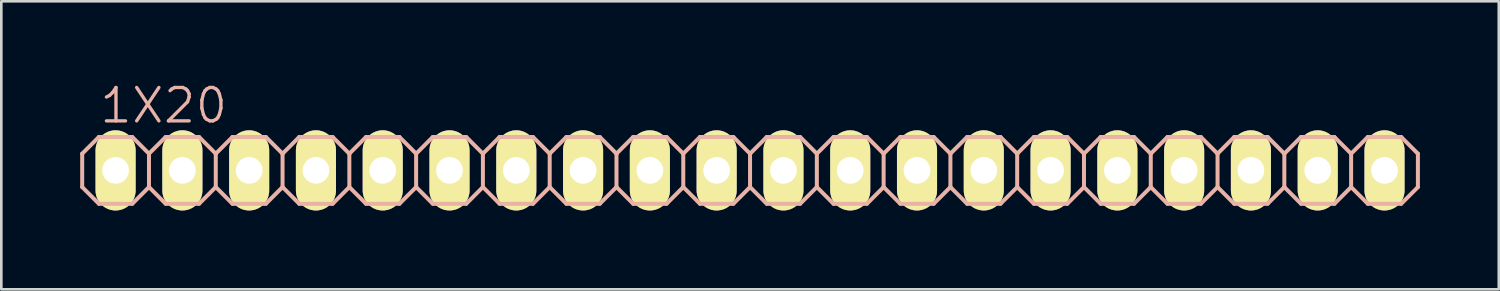
<source format=kicad_pcb>
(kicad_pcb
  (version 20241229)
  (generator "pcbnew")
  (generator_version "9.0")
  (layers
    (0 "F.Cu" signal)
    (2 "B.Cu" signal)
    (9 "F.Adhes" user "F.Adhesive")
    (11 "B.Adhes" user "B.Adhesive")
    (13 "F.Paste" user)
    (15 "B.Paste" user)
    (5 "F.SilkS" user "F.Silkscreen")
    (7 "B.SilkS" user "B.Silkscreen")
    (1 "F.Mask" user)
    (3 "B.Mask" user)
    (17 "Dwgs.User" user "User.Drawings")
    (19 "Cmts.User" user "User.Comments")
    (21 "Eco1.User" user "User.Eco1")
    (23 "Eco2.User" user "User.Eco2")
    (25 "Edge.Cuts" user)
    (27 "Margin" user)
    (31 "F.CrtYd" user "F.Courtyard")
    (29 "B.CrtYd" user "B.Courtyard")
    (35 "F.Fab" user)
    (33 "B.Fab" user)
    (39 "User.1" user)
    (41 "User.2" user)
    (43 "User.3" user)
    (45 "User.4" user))
  (footprint "1X20"
    (layer "F.Cu")
    (at 25.476 3.43)
    (property "Reference" "1X20" (at -22.301 -2.464 0) (layer "B.SilkS") (effects (font (size 1.27 1.27) (thickness 0.127))))
    (attr exclude_from_pos_files exclude_from_bom)
    (fp_line (start -24.384 -0.254) (end -23.876 -0.254) (stroke (width 0.066) (type solid)) (layer "F.SilkS"))
    (fp_line (start -24.384 0.254) (end -24.384 -0.254) (stroke (width 0.066) (type solid)) (layer "F.SilkS"))
    (fp_line (start -24.384 0.254) (end -23.876 0.254) (stroke (width 0.066) (type solid)) (layer "F.SilkS"))
    (fp_line (start -23.876 0.254) (end -23.876 -0.254) (stroke (width 0.066) (type solid)) (layer "F.SilkS"))
    (fp_line (start -21.844 -0.254) (end -21.336 -0.254) (stroke (width 0.066) (type solid)) (layer "F.SilkS"))
    (fp_line (start -21.844 0.254) (end -21.844 -0.254) (stroke (width 0.066) (type solid)) (layer "F.SilkS"))
    (fp_line (start -21.844 0.254) (end -21.336 0.254) (stroke (width 0.066) (type solid)) (layer "F.SilkS"))
    (fp_line (start -21.336 0.254) (end -21.336 -0.254) (stroke (width 0.066) (type solid)) (layer "F.SilkS"))
    (fp_line (start -19.304 -0.254) (end -18.796 -0.254) (stroke (width 0.066) (type solid)) (layer "F.SilkS"))
    (fp_line (start -19.304 0.254) (end -19.304 -0.254) (stroke (width 0.066) (type solid)) (layer "F.SilkS"))
    (fp_line (start -19.304 0.254) (end -18.796 0.254) (stroke (width 0.066) (type solid)) (layer "F.SilkS"))
    (fp_line (start -18.796 0.254) (end -18.796 -0.254) (stroke (width 0.066) (type solid)) (layer "F.SilkS"))
    (fp_line (start -16.764 -0.254) (end -16.256 -0.254) (stroke (width 0.066) (type solid)) (layer "F.SilkS"))
    (fp_line (start -16.764 0.254) (end -16.764 -0.254) (stroke (width 0.066) (type solid)) (layer "F.SilkS"))
    (fp_line (start -16.764 0.254) (end -16.256 0.254) (stroke (width 0.066) (type solid)) (layer "F.SilkS"))
    (fp_line (start -16.256 0.254) (end -16.256 -0.254) (stroke (width 0.066) (type solid)) (layer "F.SilkS"))
    (fp_line (start -14.224 -0.254) (end -13.716 -0.254) (stroke (width 0.066) (type solid)) (layer "F.SilkS"))
    (fp_line (start -14.224 0.254) (end -14.224 -0.254) (stroke (width 0.066) (type solid)) (layer "F.SilkS"))
    (fp_line (start -14.224 0.254) (end -13.716 0.254) (stroke (width 0.066) (type solid)) (layer "F.SilkS"))
    (fp_line (start -13.716 0.254) (end -13.716 -0.254) (stroke (width 0.066) (type solid)) (layer "F.SilkS"))
    (fp_line (start -11.684 -0.254) (end -11.176 -0.254) (stroke (width 0.066) (type solid)) (layer "F.SilkS"))
    (fp_line (start -11.684 0.254) (end -11.684 -0.254) (stroke (width 0.066) (type solid)) (layer "F.SilkS"))
    (fp_line (start -11.684 0.254) (end -11.176 0.254) (stroke (width 0.066) (type solid)) (layer "F.SilkS"))
    (fp_line (start -11.176 0.254) (end -11.176 -0.254) (stroke (width 0.066) (type solid)) (layer "F.SilkS"))
    (fp_line (start -9.144 -0.254) (end -8.636 -0.254) (stroke (width 0.066) (type solid)) (layer "F.SilkS"))
    (fp_line (start -9.144 0.254) (end -9.144 -0.254) (stroke (width 0.066) (type solid)) (layer "F.SilkS"))
    (fp_line (start -9.144 0.254) (end -8.636 0.254) (stroke (width 0.066) (type solid)) (layer "F.SilkS"))
    (fp_line (start -8.636 0.254) (end -8.636 -0.254) (stroke (width 0.066) (type solid)) (layer "F.SilkS"))
    (fp_line (start -6.604 -0.254) (end -6.096 -0.254) (stroke (width 0.066) (type solid)) (layer "F.SilkS"))
    (fp_line (start -6.604 0.254) (end -6.604 -0.254) (stroke (width 0.066) (type solid)) (layer "F.SilkS"))
    (fp_line (start -6.604 0.254) (end -6.096 0.254) (stroke (width 0.066) (type solid)) (layer "F.SilkS"))
    (fp_line (start -6.096 0.254) (end -6.096 -0.254) (stroke (width 0.066) (type solid)) (layer "F.SilkS"))
    (fp_line (start -4.064 -0.254) (end -3.556 -0.254) (stroke (width 0.066) (type solid)) (layer "F.SilkS"))
    (fp_line (start -4.064 0.254) (end -4.064 -0.254) (stroke (width 0.066) (type solid)) (layer "F.SilkS"))
    (fp_line (start -4.064 0.254) (end -3.556 0.254) (stroke (width 0.066) (type solid)) (layer "F.SilkS"))
    (fp_line (start -3.556 0.254) (end -3.556 -0.254) (stroke (width 0.066) (type solid)) (layer "F.SilkS"))
    (fp_line (start -1.524 -0.254) (end -1.016 -0.254) (stroke (width 0.066) (type solid)) (layer "F.SilkS"))
    (fp_line (start -1.524 0.254) (end -1.524 -0.254) (stroke (width 0.066) (type solid)) (layer "F.SilkS"))
    (fp_line (start -1.524 0.254) (end -1.016 0.254) (stroke (width 0.066) (type solid)) (layer "F.SilkS"))
    (fp_line (start -1.016 0.254) (end -1.016 -0.254) (stroke (width 0.066) (type solid)) (layer "F.SilkS"))
    (fp_line (start 1.016 -0.254) (end 1.524 -0.254) (stroke (width 0.066) (type solid)) (layer "F.SilkS"))
    (fp_line (start 1.016 0.254) (end 1.016 -0.254) (stroke (width 0.066) (type solid)) (layer "F.SilkS"))
    (fp_line (start 1.016 0.254) (end 1.524 0.254) (stroke (width 0.066) (type solid)) (layer "F.SilkS"))
    (fp_line (start 1.524 0.254) (end 1.524 -0.254) (stroke (width 0.066) (type solid)) (layer "F.SilkS"))
    (fp_line (start 3.556 -0.254) (end 4.064 -0.254) (stroke (width 0.066) (type solid)) (layer "F.SilkS"))
    (fp_line (start 3.556 0.254) (end 3.556 -0.254) (stroke (width 0.066) (type solid)) (layer "F.SilkS"))
    (fp_line (start 3.556 0.254) (end 4.064 0.254) (stroke (width 0.066) (type solid)) (layer "F.SilkS"))
    (fp_line (start 4.064 0.254) (end 4.064 -0.254) (stroke (width 0.066) (type solid)) (layer "F.SilkS"))
    (fp_line (start 6.096 -0.254) (end 6.604 -0.254) (stroke (width 0.066) (type solid)) (layer "F.SilkS"))
    (fp_line (start 6.096 0.254) (end 6.096 -0.254) (stroke (width 0.066) (type solid)) (layer "F.SilkS"))
    (fp_line (start 6.096 0.254) (end 6.604 0.254) (stroke (width 0.066) (type solid)) (layer "F.SilkS"))
    (fp_line (start 6.604 0.254) (end 6.604 -0.254) (stroke (width 0.066) (type solid)) (layer "F.SilkS"))
    (fp_line (start 8.636 -0.254) (end 9.144 -0.254) (stroke (width 0.066) (type solid)) (layer "F.SilkS"))
    (fp_line (start 8.636 0.254) (end 8.636 -0.254) (stroke (width 0.066) (type solid)) (layer "F.SilkS"))
    (fp_line (start 8.636 0.254) (end 9.144 0.254) (stroke (width 0.066) (type solid)) (layer "F.SilkS"))
    (fp_line (start 9.144 0.254) (end 9.144 -0.254) (stroke (width 0.066) (type solid)) (layer "F.SilkS"))
    (fp_line (start 11.176 -0.254) (end 11.684 -0.254) (stroke (width 0.066) (type solid)) (layer "F.SilkS"))
    (fp_line (start 11.176 0.254) (end 11.176 -0.254) (stroke (width 0.066) (type solid)) (layer "F.SilkS"))
    (fp_line (start 11.176 0.254) (end 11.684 0.254) (stroke (width 0.066) (type solid)) (layer "F.SilkS"))
    (fp_line (start 11.684 0.254) (end 11.684 -0.254) (stroke (width 0.066) (type solid)) (layer "F.SilkS"))
    (fp_line (start 13.716 -0.254) (end 14.224 -0.254) (stroke (width 0.066) (type solid)) (layer "F.SilkS"))
    (fp_line (start 13.716 0.254) (end 13.716 -0.254) (stroke (width 0.066) (type solid)) (layer "F.SilkS"))
    (fp_line (start 13.716 0.254) (end 14.224 0.254) (stroke (width 0.066) (type solid)) (layer "F.SilkS"))
    (fp_line (start 14.224 0.254) (end 14.224 -0.254) (stroke (width 0.066) (type solid)) (layer "F.SilkS"))
    (fp_line (start 16.256 -0.254) (end 16.764 -0.254) (stroke (width 0.066) (type solid)) (layer "F.SilkS"))
    (fp_line (start 16.256 0.254) (end 16.256 -0.254) (stroke (width 0.066) (type solid)) (layer "F.SilkS"))
    (fp_line (start 16.256 0.254) (end 16.764 0.254) (stroke (width 0.066) (type solid)) (layer "F.SilkS"))
    (fp_line (start 16.764 0.254) (end 16.764 -0.254) (stroke (width 0.066) (type solid)) (layer "F.SilkS"))
    (fp_line (start 18.796 -0.254) (end 19.304 -0.254) (stroke (width 0.066) (type solid)) (layer "F.SilkS"))
    (fp_line (start 18.796 0.254) (end 18.796 -0.254) (stroke (width 0.066) (type solid)) (layer "F.SilkS"))
    (fp_line (start 18.796 0.254) (end 19.304 0.254) (stroke (width 0.066) (type solid)) (layer "F.SilkS"))
    (fp_line (start 19.304 0.254) (end 19.304 -0.254) (stroke (width 0.066) (type solid)) (layer "F.SilkS"))
    (fp_line (start 21.336 -0.254) (end 21.844 -0.254) (stroke (width 0.066) (type solid)) (layer "F.SilkS"))
    (fp_line (start 21.336 0.254) (end 21.336 -0.254) (stroke (width 0.066) (type solid)) (layer "F.SilkS"))
    (fp_line (start 21.336 0.254) (end 21.844 0.254) (stroke (width 0.066) (type solid)) (layer "F.SilkS"))
    (fp_line (start 21.844 0.254) (end 21.844 -0.254) (stroke (width 0.066) (type solid)) (layer "F.SilkS"))
    (fp_line (start 23.876 -0.254) (end 24.384 -0.254) (stroke (width 0.066) (type solid)) (layer "F.SilkS"))
    (fp_line (start 23.876 0.254) (end 23.876 -0.254) (stroke (width 0.066) (type solid)) (layer "F.SilkS"))
    (fp_line (start 23.876 0.254) (end 24.384 0.254) (stroke (width 0.066) (type solid)) (layer "F.SilkS"))
    (fp_line (start 24.384 0.254) (end 24.384 -0.254) (stroke (width 0.066) (type solid)) (layer "F.SilkS"))
    (fp_line (start -25.4 -0.635) (end -25.4 0.635) (stroke (width 0.152) (type solid)) (layer "B.SilkS"))
    (fp_line (start -25.4 0.635) (end -24.765 1.27) (stroke (width 0.152) (type solid)) (layer "B.SilkS"))
    (fp_line (start -24.765 -1.27) (end -25.4 -0.635) (stroke (width 0.152) (type solid)) (layer "B.SilkS"))
    (fp_line (start -24.765 -1.27) (end -23.495 -1.27) (stroke (width 0.152) (type solid)) (layer "B.SilkS"))
    (fp_line (start -23.495 -1.27) (end -22.86 -0.635) (stroke (width 0.152) (type solid)) (layer "B.SilkS"))
    (fp_line (start -23.495 1.27) (end -24.765 1.27) (stroke (width 0.152) (type solid)) (layer "B.SilkS"))
    (fp_line (start -22.86 -0.635) (end -22.86 0.635) (stroke (width 0.152) (type solid)) (layer "B.SilkS"))
    (fp_line (start -22.86 -0.635) (end -22.225 -1.27) (stroke (width 0.152) (type solid)) (layer "B.SilkS"))
    (fp_line (start -22.86 0.635) (end -23.495 1.27) (stroke (width 0.152) (type solid)) (layer "B.SilkS"))
    (fp_line (start -22.225 -1.27) (end -20.955 -1.27) (stroke (width 0.152) (type solid)) (layer "B.SilkS"))
    (fp_line (start -22.225 1.27) (end -22.86 0.635) (stroke (width 0.152) (type solid)) (layer "B.SilkS"))
    (fp_line (start -20.955 -1.27) (end -20.32 -0.635) (stroke (width 0.152) (type solid)) (layer "B.SilkS"))
    (fp_line (start -20.955 1.27) (end -22.225 1.27) (stroke (width 0.152) (type solid)) (layer "B.SilkS"))
    (fp_line (start -20.32 -0.635) (end -20.32 0.635) (stroke (width 0.152) (type solid)) (layer "B.SilkS"))
    (fp_line (start -20.32 -0.635) (end -19.685 -1.27) (stroke (width 0.152) (type solid)) (layer "B.SilkS"))
    (fp_line (start -20.32 0.635) (end -20.955 1.27) (stroke (width 0.152) (type solid)) (layer "B.SilkS"))
    (fp_line (start -19.685 -1.27) (end -18.415 -1.27) (stroke (width 0.152) (type solid)) (layer "B.SilkS"))
    (fp_line (start -19.685 1.27) (end -20.32 0.635) (stroke (width 0.152) (type solid)) (layer "B.SilkS"))
    (fp_line (start -18.415 -1.27) (end -17.78 -0.635) (stroke (width 0.152) (type solid)) (layer "B.SilkS"))
    (fp_line (start -18.415 1.27) (end -19.685 1.27) (stroke (width 0.152) (type solid)) (layer "B.SilkS"))
    (fp_line (start -17.78 -0.635) (end -17.78 0.635) (stroke (width 0.152) (type solid)) (layer "B.SilkS"))
    (fp_line (start -17.78 0.635) (end -18.415 1.27) (stroke (width 0.152) (type solid)) (layer "B.SilkS"))
    (fp_line (start -17.78 0.635) (end -17.145 1.27) (stroke (width 0.152) (type solid)) (layer "B.SilkS"))
    (fp_line (start -17.145 -1.27) (end -17.78 -0.635) (stroke (width 0.152) (type solid)) (layer "B.SilkS"))
    (fp_line (start -17.145 -1.27) (end -15.875 -1.27) (stroke (width 0.152) (type solid)) (layer "B.SilkS"))
    (fp_line (start -15.875 -1.27) (end -15.24 -0.635) (stroke (width 0.152) (type solid)) (layer "B.SilkS"))
    (fp_line (start -15.875 1.27) (end -17.145 1.27) (stroke (width 0.152) (type solid)) (layer "B.SilkS"))
    (fp_line (start -15.24 -0.635) (end -15.24 0.635) (stroke (width 0.152) (type solid)) (layer "B.SilkS"))
    (fp_line (start -15.24 -0.635) (end -14.605 -1.27) (stroke (width 0.152) (type solid)) (layer "B.SilkS"))
    (fp_line (start -15.24 0.635) (end -15.875 1.27) (stroke (width 0.152) (type solid)) (layer "B.SilkS"))
    (fp_line (start -14.605 -1.27) (end -13.335 -1.27) (stroke (width 0.152) (type solid)) (layer "B.SilkS"))
    (fp_line (start -14.605 1.27) (end -15.24 0.635) (stroke (width 0.152) (type solid)) (layer "B.SilkS"))
    (fp_line (start -13.335 -1.27) (end -12.7 -0.635) (stroke (width 0.152) (type solid)) (layer "B.SilkS"))
    (fp_line (start -13.335 1.27) (end -14.605 1.27) (stroke (width 0.152) (type solid)) (layer "B.SilkS"))
    (fp_line (start -12.7 -0.635) (end -12.7 0.635) (stroke (width 0.152) (type solid)) (layer "B.SilkS"))
    (fp_line (start -12.7 -0.635) (end -12.065 -1.27) (stroke (width 0.152) (type solid)) (layer "B.SilkS"))
    (fp_line (start -12.7 0.635) (end -13.335 1.27) (stroke (width 0.152) (type solid)) (layer "B.SilkS"))
    (fp_line (start -12.065 -1.27) (end -10.795 -1.27) (stroke (width 0.152) (type solid)) (layer "B.SilkS"))
    (fp_line (start -12.065 1.27) (end -12.7 0.635) (stroke (width 0.152) (type solid)) (layer "B.SilkS"))
    (fp_line (start -10.795 -1.27) (end -10.16 -0.635) (stroke (width 0.152) (type solid)) (layer "B.SilkS"))
    (fp_line (start -10.795 1.27) (end -12.065 1.27) (stroke (width 0.152) (type solid)) (layer "B.SilkS"))
    (fp_line (start -10.16 -0.635) (end -10.16 0.635) (stroke (width 0.152) (type solid)) (layer "B.SilkS"))
    (fp_line (start -10.16 0.635) (end -10.795 1.27) (stroke (width 0.152) (type solid)) (layer "B.SilkS"))
    (fp_line (start -10.16 0.635) (end -9.525 1.27) (stroke (width 0.152) (type solid)) (layer "B.SilkS"))
    (fp_line (start -9.525 -1.27) (end -10.16 -0.635) (stroke (width 0.152) (type solid)) (layer "B.SilkS"))
    (fp_line (start -9.525 -1.27) (end -8.255 -1.27) (stroke (width 0.152) (type solid)) (layer "B.SilkS"))
    (fp_line (start -8.255 -1.27) (end -7.62 -0.635) (stroke (width 0.152) (type solid)) (layer "B.SilkS"))
    (fp_line (start -8.255 1.27) (end -9.525 1.27) (stroke (width 0.152) (type solid)) (layer "B.SilkS"))
    (fp_line (start -7.62 -0.635) (end -7.62 0.635) (stroke (width 0.152) (type solid)) (layer "B.SilkS"))
    (fp_line (start -7.62 -0.635) (end -6.985 -1.27) (stroke (width 0.152) (type solid)) (layer "B.SilkS"))
    (fp_line (start -7.62 0.635) (end -8.255 1.27) (stroke (width 0.152) (type solid)) (layer "B.SilkS"))
    (fp_line (start -6.985 -1.27) (end -5.715 -1.27) (stroke (width 0.152) (type solid)) (layer "B.SilkS"))
    (fp_line (start -6.985 1.27) (end -7.62 0.635) (stroke (width 0.152) (type solid)) (layer "B.SilkS"))
    (fp_line (start -5.715 -1.27) (end -5.08 -0.635) (stroke (width 0.152) (type solid)) (layer "B.SilkS"))
    (fp_line (start -5.715 1.27) (end -6.985 1.27) (stroke (width 0.152) (type solid)) (layer "B.SilkS"))
    (fp_line (start -5.08 -0.635) (end -5.08 0.635) (stroke (width 0.152) (type solid)) (layer "B.SilkS"))
    (fp_line (start -5.08 -0.635) (end -4.445 -1.27) (stroke (width 0.152) (type solid)) (layer "B.SilkS"))
    (fp_line (start -5.08 0.635) (end -5.715 1.27) (stroke (width 0.152) (type solid)) (layer "B.SilkS"))
    (fp_line (start -4.445 -1.27) (end -3.175 -1.27) (stroke (width 0.152) (type solid)) (layer "B.SilkS"))
    (fp_line (start -4.445 1.27) (end -5.08 0.635) (stroke (width 0.152) (type solid)) (layer "B.SilkS"))
    (fp_line (start -3.175 -1.27) (end -2.54 -0.635) (stroke (width 0.152) (type solid)) (layer "B.SilkS"))
    (fp_line (start -3.175 1.27) (end -4.445 1.27) (stroke (width 0.152) (type solid)) (layer "B.SilkS"))
    (fp_line (start -2.54 -0.635) (end -2.54 0.635) (stroke (width 0.152) (type solid)) (layer "B.SilkS"))
    (fp_line (start -2.54 0.635) (end -3.175 1.27) (stroke (width 0.152) (type solid)) (layer "B.SilkS"))
    (fp_line (start -2.54 0.635) (end -1.905 1.27) (stroke (width 0.152) (type solid)) (layer "B.SilkS"))
    (fp_line (start -1.905 -1.27) (end -2.54 -0.635) (stroke (width 0.152) (type solid)) (layer "B.SilkS"))
    (fp_line (start -1.905 -1.27) (end -0.635 -1.27) (stroke (width 0.152) (type solid)) (layer "B.SilkS"))
    (fp_line (start -0.635 -1.27) (end 0 -0.635) (stroke (width 0.152) (type solid)) (layer "B.SilkS"))
    (fp_line (start -0.635 1.27) (end -1.905 1.27) (stroke (width 0.152) (type solid)) (layer "B.SilkS"))
    (fp_line (start 0 -0.635) (end 0 0.635) (stroke (width 0.152) (type solid)) (layer "B.SilkS"))
    (fp_line (start 0 -0.635) (end 0.635 -1.27) (stroke (width 0.152) (type solid)) (layer "B.SilkS"))
    (fp_line (start 0 0.635) (end -0.635 1.27) (stroke (width 0.152) (type solid)) (layer "B.SilkS"))
    (fp_line (start 0.635 -1.27) (end 1.905 -1.27) (stroke (width 0.152) (type solid)) (layer "B.SilkS"))
    (fp_line (start 0.635 1.27) (end 0 0.635) (stroke (width 0.152) (type solid)) (layer "B.SilkS"))
    (fp_line (start 1.905 -1.27) (end 2.54 -0.635) (stroke (width 0.152) (type solid)) (layer "B.SilkS"))
    (fp_line (start 1.905 1.27) (end 0.635 1.27) (stroke (width 0.152) (type solid)) (layer "B.SilkS"))
    (fp_line (start 2.54 -0.635) (end 2.54 0.635) (stroke (width 0.152) (type solid)) (layer "B.SilkS"))
    (fp_line (start 2.54 -0.635) (end 3.175 -1.27) (stroke (width 0.152) (type solid)) (layer "B.SilkS"))
    (fp_line (start 2.54 0.635) (end 1.905 1.27) (stroke (width 0.152) (type solid)) (layer "B.SilkS"))
    (fp_line (start 3.175 -1.27) (end 4.445 -1.27) (stroke (width 0.152) (type solid)) (layer "B.SilkS"))
    (fp_line (start 3.175 1.27) (end 2.54 0.635) (stroke (width 0.152) (type solid)) (layer "B.SilkS"))
    (fp_line (start 4.445 -1.27) (end 5.08 -0.635) (stroke (width 0.152) (type solid)) (layer "B.SilkS"))
    (fp_line (start 4.445 1.27) (end 3.175 1.27) (stroke (width 0.152) (type solid)) (layer "B.SilkS"))
    (fp_line (start 5.08 -0.635) (end 5.08 0.635) (stroke (width 0.152) (type solid)) (layer "B.SilkS"))
    (fp_line (start 5.08 0.635) (end 4.445 1.27) (stroke (width 0.152) (type solid)) (layer "B.SilkS"))
    (fp_line (start 5.08 0.635) (end 5.715 1.27) (stroke (width 0.152) (type solid)) (layer "B.SilkS"))
    (fp_line (start 5.715 -1.27) (end 5.08 -0.635) (stroke (width 0.152) (type solid)) (layer "B.SilkS"))
    (fp_line (start 5.715 -1.27) (end 6.985 -1.27) (stroke (width 0.152) (type solid)) (layer "B.SilkS"))
    (fp_line (start 6.985 -1.27) (end 7.62 -0.635) (stroke (width 0.152) (type solid)) (layer "B.SilkS"))
    (fp_line (start 6.985 1.27) (end 5.715 1.27) (stroke (width 0.152) (type solid)) (layer "B.SilkS"))
    (fp_line (start 7.62 -0.635) (end 7.62 0.635) (stroke (width 0.152) (type solid)) (layer "B.SilkS"))
    (fp_line (start 7.62 -0.635) (end 8.255 -1.27) (stroke (width 0.152) (type solid)) (layer "B.SilkS"))
    (fp_line (start 7.62 0.635) (end 6.985 1.27) (stroke (width 0.152) (type solid)) (layer "B.SilkS"))
    (fp_line (start 8.255 -1.27) (end 9.525 -1.27) (stroke (width 0.152) (type solid)) (layer "B.SilkS"))
    (fp_line (start 8.255 1.27) (end 7.62 0.635) (stroke (width 0.152) (type solid)) (layer "B.SilkS"))
    (fp_line (start 9.525 -1.27) (end 10.16 -0.635) (stroke (width 0.152) (type solid)) (layer "B.SilkS"))
    (fp_line (start 9.525 1.27) (end 8.255 1.27) (stroke (width 0.152) (type solid)) (layer "B.SilkS"))
    (fp_line (start 10.16 -0.635) (end 10.16 0.635) (stroke (width 0.152) (type solid)) (layer "B.SilkS"))
    (fp_line (start 10.16 -0.635) (end 10.795 -1.27) (stroke (width 0.152) (type solid)) (layer "B.SilkS"))
    (fp_line (start 10.16 0.635) (end 9.525 1.27) (stroke (width 0.152) (type solid)) (layer "B.SilkS"))
    (fp_line (start 10.795 -1.27) (end 12.065 -1.27) (stroke (width 0.152) (type solid)) (layer "B.SilkS"))
    (fp_line (start 10.795 1.27) (end 10.16 0.635) (stroke (width 0.152) (type solid)) (layer "B.SilkS"))
    (fp_line (start 12.065 -1.27) (end 12.7 -0.635) (stroke (width 0.152) (type solid)) (layer "B.SilkS"))
    (fp_line (start 12.065 1.27) (end 10.795 1.27) (stroke (width 0.152) (type solid)) (layer "B.SilkS"))
    (fp_line (start 12.7 -0.635) (end 12.7 0.635) (stroke (width 0.152) (type solid)) (layer "B.SilkS"))
    (fp_line (start 12.7 0.635) (end 12.065 1.27) (stroke (width 0.152) (type solid)) (layer "B.SilkS"))
    (fp_line (start 12.7 0.635) (end 13.335 1.27) (stroke (width 0.152) (type solid)) (layer "B.SilkS"))
    (fp_line (start 13.335 -1.27) (end 12.7 -0.635) (stroke (width 0.152) (type solid)) (layer "B.SilkS"))
    (fp_line (start 13.335 -1.27) (end 14.605 -1.27) (stroke (width 0.152) (type solid)) (layer "B.SilkS"))
    (fp_line (start 14.605 -1.27) (end 15.24 -0.635) (stroke (width 0.152) (type solid)) (layer "B.SilkS"))
    (fp_line (start 14.605 1.27) (end 13.335 1.27) (stroke (width 0.152) (type solid)) (layer "B.SilkS"))
    (fp_line (start 15.24 -0.635) (end 15.24 0.635) (stroke (width 0.152) (type solid)) (layer "B.SilkS"))
    (fp_line (start 15.24 -0.635) (end 15.875 -1.27) (stroke (width 0.152) (type solid)) (layer "B.SilkS"))
    (fp_line (start 15.24 0.635) (end 14.605 1.27) (stroke (width 0.152) (type solid)) (layer "B.SilkS"))
    (fp_line (start 15.875 -1.27) (end 17.145 -1.27) (stroke (width 0.152) (type solid)) (layer "B.SilkS"))
    (fp_line (start 15.875 1.27) (end 15.24 0.635) (stroke (width 0.152) (type solid)) (layer "B.SilkS"))
    (fp_line (start 17.145 -1.27) (end 17.78 -0.635) (stroke (width 0.152) (type solid)) (layer "B.SilkS"))
    (fp_line (start 17.145 1.27) (end 15.875 1.27) (stroke (width 0.152) (type solid)) (layer "B.SilkS"))
    (fp_line (start 17.78 -0.635) (end 17.78 0.635) (stroke (width 0.152) (type solid)) (layer "B.SilkS"))
    (fp_line (start 17.78 -0.635) (end 18.415 -1.27) (stroke (width 0.152) (type solid)) (layer "B.SilkS"))
    (fp_line (start 17.78 0.635) (end 17.145 1.27) (stroke (width 0.152) (type solid)) (layer "B.SilkS"))
    (fp_line (start 18.415 -1.27) (end 19.685 -1.27) (stroke (width 0.152) (type solid)) (layer "B.SilkS"))
    (fp_line (start 18.415 1.27) (end 17.78 0.635) (stroke (width 0.152) (type solid)) (layer "B.SilkS"))
    (fp_line (start 19.685 -1.27) (end 20.32 -0.635) (stroke (width 0.152) (type solid)) (layer "B.SilkS"))
    (fp_line (start 19.685 1.27) (end 18.415 1.27) (stroke (width 0.152) (type solid)) (layer "B.SilkS"))
    (fp_line (start 20.32 -0.635) (end 20.32 0.635) (stroke (width 0.152) (type solid)) (layer "B.SilkS"))
    (fp_line (start 20.32 0.635) (end 19.685 1.27) (stroke (width 0.152) (type solid)) (layer "B.SilkS"))
    (fp_line (start 20.32 0.635) (end 20.955 1.27) (stroke (width 0.152) (type solid)) (layer "B.SilkS"))
    (fp_line (start 20.955 -1.27) (end 20.32 -0.635) (stroke (width 0.152) (type solid)) (layer "B.SilkS"))
    (fp_line (start 20.955 -1.27) (end 22.225 -1.27) (stroke (width 0.152) (type solid)) (layer "B.SilkS"))
    (fp_line (start 22.225 -1.27) (end 22.86 -0.635) (stroke (width 0.152) (type solid)) (layer "B.SilkS"))
    (fp_line (start 22.225 1.27) (end 20.955 1.27) (stroke (width 0.152) (type solid)) (layer "B.SilkS"))
    (fp_line (start 22.86 -0.635) (end 22.86 0.635) (stroke (width 0.152) (type solid)) (layer "B.SilkS"))
    (fp_line (start 22.86 0.635) (end 22.225 1.27) (stroke (width 0.152) (type solid)) (layer "B.SilkS"))
    (fp_line (start 22.86 0.635) (end 23.495 1.27) (stroke (width 0.152) (type solid)) (layer "B.SilkS"))
    (fp_line (start 23.495 -1.27) (end 22.86 -0.635) (stroke (width 0.152) (type solid)) (layer "B.SilkS"))
    (fp_line (start 23.495 -1.27) (end 24.765 -1.27) (stroke (width 0.152) (type solid)) (layer "B.SilkS"))
    (fp_line (start 24.765 -1.27) (end 25.4 -0.635) (stroke (width 0.152) (type solid)) (layer "B.SilkS"))
    (fp_line (start 24.765 1.27) (end 23.495 1.27) (stroke (width 0.152) (type solid)) (layer "B.SilkS"))
    (fp_line (start 25.4 -0.635) (end 25.4 0.635) (stroke (width 0.152) (type solid)) (layer "B.SilkS"))
    (fp_line (start 25.4 0.635) (end 24.765 1.27) (stroke (width 0.152) (type solid)) (layer "B.SilkS"))
    (pad "1" thru_hole oval (at -24.13 0 180) (size 1.524 3.048) (drill 1.016) (layers "*.Cu" "F.Mask" "F.SilkS" "F.Paste"))
    (pad "2" thru_hole oval (at -21.59 0 180) (size 1.524 3.048) (drill 1.016) (layers "*.Cu" "F.Mask" "F.SilkS" "F.Paste"))
    (pad "3" thru_hole oval (at -19.05 0 180) (size 1.524 3.048) (drill 1.016) (layers "*.Cu" "F.Mask" "F.SilkS" "F.Paste"))
    (pad "4" thru_hole oval (at -16.51 0 180) (size 1.524 3.048) (drill 1.016) (layers "*.Cu" "F.Mask" "F.SilkS" "F.Paste"))
    (pad "5" thru_hole oval (at -13.97 0 180) (size 1.524 3.048) (drill 1.016) (layers "*.Cu" "F.Mask" "F.SilkS" "F.Paste"))
    (pad "6" thru_hole oval (at -11.43 0 180) (size 1.524 3.048) (drill 1.016) (layers "*.Cu" "F.Mask" "F.SilkS" "F.Paste"))
    (pad "7" thru_hole oval (at -8.89 0 180) (size 1.524 3.048) (drill 1.016) (layers "*.Cu" "F.Mask" "F.SilkS" "F.Paste"))
    (pad "8" thru_hole oval (at -6.35 0 180) (size 1.524 3.048) (drill 1.016) (layers "*.Cu" "F.Mask" "F.SilkS" "F.Paste"))
    (pad "9" thru_hole oval (at -3.81 0 180) (size 1.524 3.048) (drill 1.016) (layers "*.Cu" "F.Mask" "F.SilkS" "F.Paste"))
    (pad "10" thru_hole oval (at -1.27 0 180) (size 1.524 3.048) (drill 1.016) (layers "*.Cu" "F.Mask" "F.SilkS" "F.Paste"))
    (pad "11" thru_hole oval (at 1.27 0 180) (size 1.524 3.048) (drill 1.016) (layers "*.Cu" "F.Mask" "F.SilkS" "F.Paste"))
    (pad "12" thru_hole oval (at 3.81 0 180) (size 1.524 3.048) (drill 1.016) (layers "*.Cu" "F.Mask" "F.SilkS" "F.Paste"))
    (pad "13" thru_hole oval (at 6.35 0 180) (size 1.524 3.048) (drill 1.016) (layers "*.Cu" "F.Mask" "F.SilkS" "F.Paste"))
    (pad "14" thru_hole oval (at 8.89 0 180) (size 1.524 3.048) (drill 1.016) (layers "*.Cu" "F.Mask" "F.SilkS" "F.Paste"))
    (pad "15" thru_hole oval (at 11.43 0 180) (size 1.524 3.048) (drill 1.016) (layers "*.Cu" "F.Mask" "F.SilkS" "F.Paste"))
    (pad "16" thru_hole oval (at 13.97 0 180) (size 1.524 3.048) (drill 1.016) (layers "*.Cu" "F.Mask" "F.SilkS" "F.Paste"))
    (pad "17" thru_hole oval (at 16.51 0 180) (size 1.524 3.048) (drill 1.016) (layers "*.Cu" "F.Mask" "F.SilkS" "F.Paste"))
    (pad "18" thru_hole oval (at 19.05 0 180) (size 1.524 3.048) (drill 1.016) (layers "*.Cu" "F.Mask" "F.SilkS" "F.Paste"))
    (pad "19" thru_hole oval (at 21.59 0 180) (size 1.524 3.048) (drill 1.016) (layers "*.Cu" "F.Mask" "F.SilkS" "F.Paste"))
    (pad "20" thru_hole oval (at 24.13 0 180) (size 1.524 3.048) (drill 1.016) (layers "*.Cu" "F.Mask" "F.SilkS" "F.Paste")))
  (gr_rect
    (start -3 -3)
    (end 53.952 7.954)
    (stroke (width 0.1) (type default))
    (fill no)
    (layer "Edge.Cuts")))
</source>
